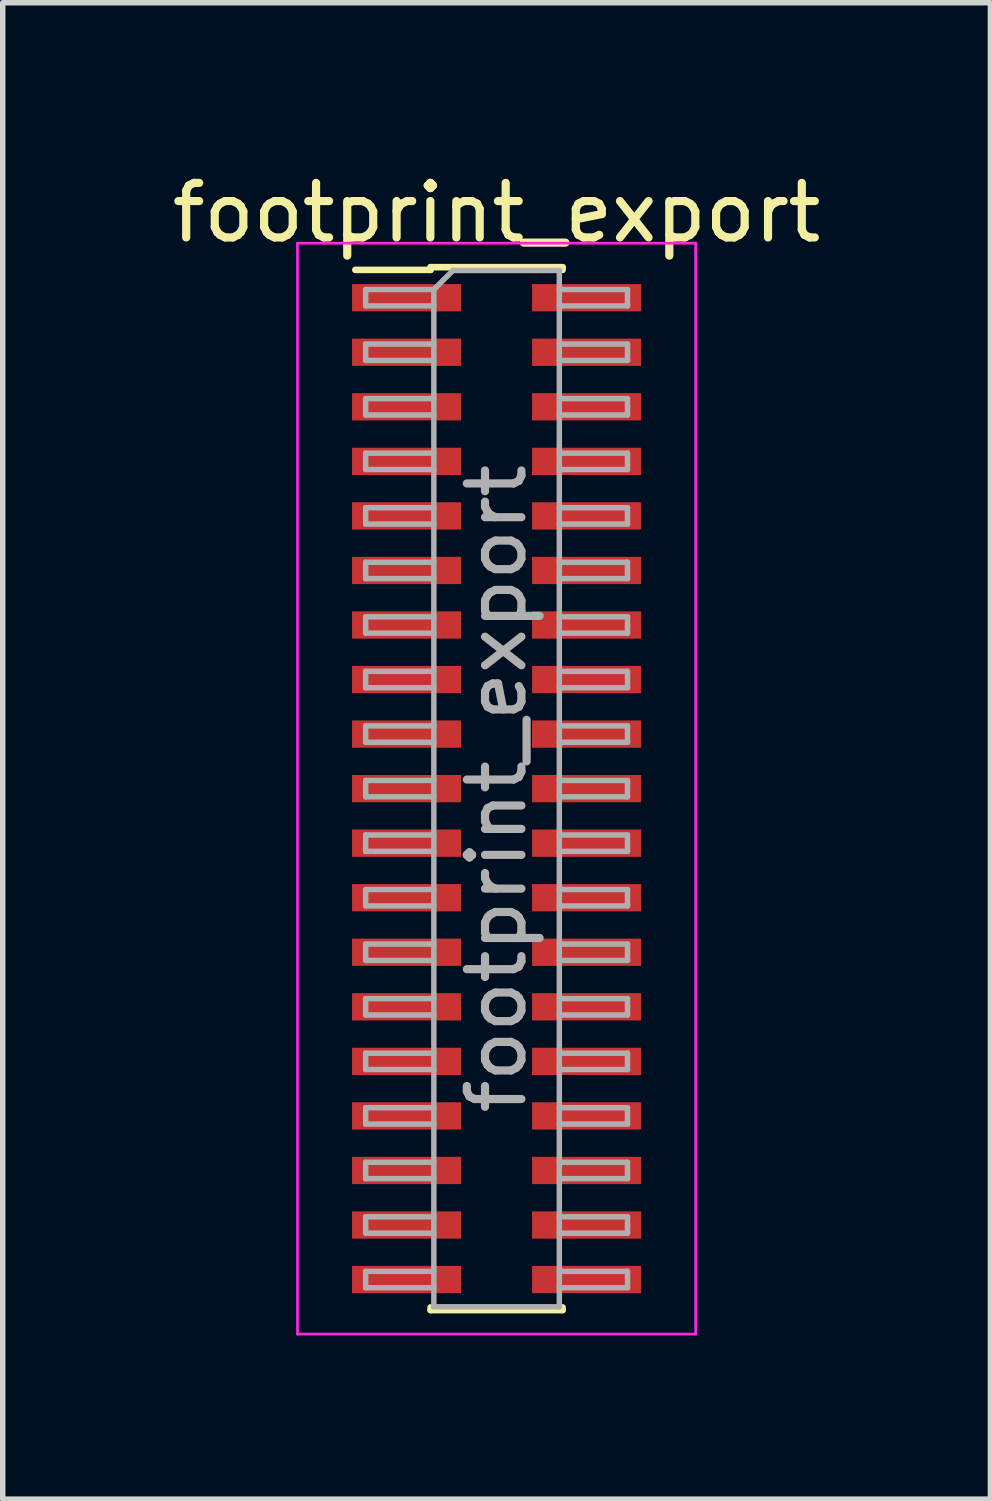
<source format=kicad_pcb>
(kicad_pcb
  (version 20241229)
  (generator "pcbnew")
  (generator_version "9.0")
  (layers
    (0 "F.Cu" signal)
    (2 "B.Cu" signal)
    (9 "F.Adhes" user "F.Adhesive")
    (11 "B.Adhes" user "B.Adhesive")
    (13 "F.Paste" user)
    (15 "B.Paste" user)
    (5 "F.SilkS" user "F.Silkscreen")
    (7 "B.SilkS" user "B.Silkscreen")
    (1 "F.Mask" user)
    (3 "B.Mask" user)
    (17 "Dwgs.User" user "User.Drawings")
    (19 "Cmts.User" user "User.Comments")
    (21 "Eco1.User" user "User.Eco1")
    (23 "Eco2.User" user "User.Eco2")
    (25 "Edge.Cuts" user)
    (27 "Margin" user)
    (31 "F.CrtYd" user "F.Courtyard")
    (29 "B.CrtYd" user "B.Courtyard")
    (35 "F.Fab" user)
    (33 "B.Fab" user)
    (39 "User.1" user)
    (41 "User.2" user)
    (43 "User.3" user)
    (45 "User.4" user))
  (footprint "footprint_export"
    (layer "F.Cu")
    (at 6.054 11.408)
    (property "Reference" "footprint_export" (at 0 -10.56 0) (layer "F.SilkS") (effects (font (size 1 1) (thickness 0.15))))
    (attr smd)
    (fp_line (start -2.59 -9.51) (end -1.21 -9.51) (stroke (width 0.12) (type solid)) (layer "F.SilkS"))
    (fp_line (start -1.21 -9.56) (end -1.21 -9.51) (stroke (width 0.12) (type solid)) (layer "F.SilkS"))
    (fp_line (start -1.21 -9.56) (end 1.21 -9.56) (stroke (width 0.12) (type solid)) (layer "F.SilkS"))
    (fp_line (start -1.21 9.51) (end -1.21 9.56) (stroke (width 0.12) (type solid)) (layer "F.SilkS"))
    (fp_line (start -1.21 9.56) (end 1.21 9.56) (stroke (width 0.12) (type solid)) (layer "F.SilkS"))
    (fp_line (start 1.21 -9.56) (end 1.21 -9.51) (stroke (width 0.12) (type solid)) (layer "F.SilkS"))
    (fp_line (start 1.21 9.51) (end 1.21 9.56) (stroke (width 0.12) (type solid)) (layer "F.SilkS"))
    (fp_line (start -3.65 -10) (end -3.65 10) (stroke (width 0.05) (type solid)) (layer "F.CrtYd"))
    (fp_line (start -3.65 10) (end 3.65 10) (stroke (width 0.05) (type solid)) (layer "F.CrtYd"))
    (fp_line (start 3.65 -10) (end -3.65 -10) (stroke (width 0.05) (type solid)) (layer "F.CrtYd"))
    (fp_line (start 3.65 10) (end 3.65 -10) (stroke (width 0.05) (type solid)) (layer "F.CrtYd"))
    (fp_line (start -2.4 -9.15) (end -2.4 -8.85) (stroke (width 0.1) (type solid)) (layer "F.Fab"))
    (fp_line (start -2.4 -8.85) (end -1.15 -8.85) (stroke (width 0.1) (type solid)) (layer "F.Fab"))
    (fp_line (start -2.4 -8.15) (end -2.4 -7.85) (stroke (width 0.1) (type solid)) (layer "F.Fab"))
    (fp_line (start -2.4 -7.85) (end -1.15 -7.85) (stroke (width 0.1) (type solid)) (layer "F.Fab"))
    (fp_line (start -2.4 -7.15) (end -2.4 -6.85) (stroke (width 0.1) (type solid)) (layer "F.Fab"))
    (fp_line (start -2.4 -6.85) (end -1.15 -6.85) (stroke (width 0.1) (type solid)) (layer "F.Fab"))
    (fp_line (start -2.4 -6.15) (end -2.4 -5.85) (stroke (width 0.1) (type solid)) (layer "F.Fab"))
    (fp_line (start -2.4 -5.85) (end -1.15 -5.85) (stroke (width 0.1) (type solid)) (layer "F.Fab"))
    (fp_line (start -2.4 -5.15) (end -2.4 -4.85) (stroke (width 0.1) (type solid)) (layer "F.Fab"))
    (fp_line (start -2.4 -4.85) (end -1.15 -4.85) (stroke (width 0.1) (type solid)) (layer "F.Fab"))
    (fp_line (start -2.4 -4.15) (end -2.4 -3.85) (stroke (width 0.1) (type solid)) (layer "F.Fab"))
    (fp_line (start -2.4 -3.85) (end -1.15 -3.85) (stroke (width 0.1) (type solid)) (layer "F.Fab"))
    (fp_line (start -2.4 -3.15) (end -2.4 -2.85) (stroke (width 0.1) (type solid)) (layer "F.Fab"))
    (fp_line (start -2.4 -2.85) (end -1.15 -2.85) (stroke (width 0.1) (type solid)) (layer "F.Fab"))
    (fp_line (start -2.4 -2.15) (end -2.4 -1.85) (stroke (width 0.1) (type solid)) (layer "F.Fab"))
    (fp_line (start -2.4 -1.85) (end -1.15 -1.85) (stroke (width 0.1) (type solid)) (layer "F.Fab"))
    (fp_line (start -2.4 -1.15) (end -2.4 -0.85) (stroke (width 0.1) (type solid)) (layer "F.Fab"))
    (fp_line (start -2.4 -0.85) (end -1.15 -0.85) (stroke (width 0.1) (type solid)) (layer "F.Fab"))
    (fp_line (start -2.4 -0.15) (end -2.4 0.15) (stroke (width 0.1) (type solid)) (layer "F.Fab"))
    (fp_line (start -2.4 0.15) (end -1.15 0.15) (stroke (width 0.1) (type solid)) (layer "F.Fab"))
    (fp_line (start -2.4 0.85) (end -2.4 1.15) (stroke (width 0.1) (type solid)) (layer "F.Fab"))
    (fp_line (start -2.4 1.15) (end -1.15 1.15) (stroke (width 0.1) (type solid)) (layer "F.Fab"))
    (fp_line (start -2.4 1.85) (end -2.4 2.15) (stroke (width 0.1) (type solid)) (layer "F.Fab"))
    (fp_line (start -2.4 2.15) (end -1.15 2.15) (stroke (width 0.1) (type solid)) (layer "F.Fab"))
    (fp_line (start -2.4 2.85) (end -2.4 3.15) (stroke (width 0.1) (type solid)) (layer "F.Fab"))
    (fp_line (start -2.4 3.15) (end -1.15 3.15) (stroke (width 0.1) (type solid)) (layer "F.Fab"))
    (fp_line (start -2.4 3.85) (end -2.4 4.15) (stroke (width 0.1) (type solid)) (layer "F.Fab"))
    (fp_line (start -2.4 4.15) (end -1.15 4.15) (stroke (width 0.1) (type solid)) (layer "F.Fab"))
    (fp_line (start -2.4 4.85) (end -2.4 5.15) (stroke (width 0.1) (type solid)) (layer "F.Fab"))
    (fp_line (start -2.4 5.15) (end -1.15 5.15) (stroke (width 0.1) (type solid)) (layer "F.Fab"))
    (fp_line (start -2.4 5.85) (end -2.4 6.15) (stroke (width 0.1) (type solid)) (layer "F.Fab"))
    (fp_line (start -2.4 6.15) (end -1.15 6.15) (stroke (width 0.1) (type solid)) (layer "F.Fab"))
    (fp_line (start -2.4 6.85) (end -2.4 7.15) (stroke (width 0.1) (type solid)) (layer "F.Fab"))
    (fp_line (start -2.4 7.15) (end -1.15 7.15) (stroke (width 0.1) (type solid)) (layer "F.Fab"))
    (fp_line (start -2.4 7.85) (end -2.4 8.15) (stroke (width 0.1) (type solid)) (layer "F.Fab"))
    (fp_line (start -2.4 8.15) (end -1.15 8.15) (stroke (width 0.1) (type solid)) (layer "F.Fab"))
    (fp_line (start -2.4 8.85) (end -2.4 9.15) (stroke (width 0.1) (type solid)) (layer "F.Fab"))
    (fp_line (start -2.4 9.15) (end -1.15 9.15) (stroke (width 0.1) (type solid)) (layer "F.Fab"))
    (fp_line (start -1.15 -9.15) (end -2.4 -9.15) (stroke (width 0.1) (type solid)) (layer "F.Fab"))
    (fp_line (start -1.15 -9.15) (end -0.8 -9.5) (stroke (width 0.1) (type solid)) (layer "F.Fab"))
    (fp_line (start -1.15 -8.15) (end -2.4 -8.15) (stroke (width 0.1) (type solid)) (layer "F.Fab"))
    (fp_line (start -1.15 -7.15) (end -2.4 -7.15) (stroke (width 0.1) (type solid)) (layer "F.Fab"))
    (fp_line (start -1.15 -6.15) (end -2.4 -6.15) (stroke (width 0.1) (type solid)) (layer "F.Fab"))
    (fp_line (start -1.15 -5.15) (end -2.4 -5.15) (stroke (width 0.1) (type solid)) (layer "F.Fab"))
    (fp_line (start -1.15 -4.15) (end -2.4 -4.15) (stroke (width 0.1) (type solid)) (layer "F.Fab"))
    (fp_line (start -1.15 -3.15) (end -2.4 -3.15) (stroke (width 0.1) (type solid)) (layer "F.Fab"))
    (fp_line (start -1.15 -2.15) (end -2.4 -2.15) (stroke (width 0.1) (type solid)) (layer "F.Fab"))
    (fp_line (start -1.15 -1.15) (end -2.4 -1.15) (stroke (width 0.1) (type solid)) (layer "F.Fab"))
    (fp_line (start -1.15 -0.15) (end -2.4 -0.15) (stroke (width 0.1) (type solid)) (layer "F.Fab"))
    (fp_line (start -1.15 0.85) (end -2.4 0.85) (stroke (width 0.1) (type solid)) (layer "F.Fab"))
    (fp_line (start -1.15 1.85) (end -2.4 1.85) (stroke (width 0.1) (type solid)) (layer "F.Fab"))
    (fp_line (start -1.15 2.85) (end -2.4 2.85) (stroke (width 0.1) (type solid)) (layer "F.Fab"))
    (fp_line (start -1.15 3.85) (end -2.4 3.85) (stroke (width 0.1) (type solid)) (layer "F.Fab"))
    (fp_line (start -1.15 4.85) (end -2.4 4.85) (stroke (width 0.1) (type solid)) (layer "F.Fab"))
    (fp_line (start -1.15 5.85) (end -2.4 5.85) (stroke (width 0.1) (type solid)) (layer "F.Fab"))
    (fp_line (start -1.15 6.85) (end -2.4 6.85) (stroke (width 0.1) (type solid)) (layer "F.Fab"))
    (fp_line (start -1.15 7.85) (end -2.4 7.85) (stroke (width 0.1) (type solid)) (layer "F.Fab"))
    (fp_line (start -1.15 8.85) (end -2.4 8.85) (stroke (width 0.1) (type solid)) (layer "F.Fab"))
    (fp_line (start -1.15 9.5) (end -1.15 -9.15) (stroke (width 0.1) (type solid)) (layer "F.Fab"))
    (fp_line (start -0.8 -9.5) (end 1.15 -9.5) (stroke (width 0.1) (type solid)) (layer "F.Fab"))
    (fp_line (start 1.15 -9.5) (end 1.15 9.5) (stroke (width 0.1) (type solid)) (layer "F.Fab"))
    (fp_line (start 1.15 -9.15) (end 2.4 -9.15) (stroke (width 0.1) (type solid)) (layer "F.Fab"))
    (fp_line (start 1.15 -8.15) (end 2.4 -8.15) (stroke (width 0.1) (type solid)) (layer "F.Fab"))
    (fp_line (start 1.15 -7.15) (end 2.4 -7.15) (stroke (width 0.1) (type solid)) (layer "F.Fab"))
    (fp_line (start 1.15 -6.15) (end 2.4 -6.15) (stroke (width 0.1) (type solid)) (layer "F.Fab"))
    (fp_line (start 1.15 -5.15) (end 2.4 -5.15) (stroke (width 0.1) (type solid)) (layer "F.Fab"))
    (fp_line (start 1.15 -4.15) (end 2.4 -4.15) (stroke (width 0.1) (type solid)) (layer "F.Fab"))
    (fp_line (start 1.15 -3.15) (end 2.4 -3.15) (stroke (width 0.1) (type solid)) (layer "F.Fab"))
    (fp_line (start 1.15 -2.15) (end 2.4 -2.15) (stroke (width 0.1) (type solid)) (layer "F.Fab"))
    (fp_line (start 1.15 -1.15) (end 2.4 -1.15) (stroke (width 0.1) (type solid)) (layer "F.Fab"))
    (fp_line (start 1.15 -0.15) (end 2.4 -0.15) (stroke (width 0.1) (type solid)) (layer "F.Fab"))
    (fp_line (start 1.15 0.85) (end 2.4 0.85) (stroke (width 0.1) (type solid)) (layer "F.Fab"))
    (fp_line (start 1.15 1.85) (end 2.4 1.85) (stroke (width 0.1) (type solid)) (layer "F.Fab"))
    (fp_line (start 1.15 2.85) (end 2.4 2.85) (stroke (width 0.1) (type solid)) (layer "F.Fab"))
    (fp_line (start 1.15 3.85) (end 2.4 3.85) (stroke (width 0.1) (type solid)) (layer "F.Fab"))
    (fp_line (start 1.15 4.85) (end 2.4 4.85) (stroke (width 0.1) (type solid)) (layer "F.Fab"))
    (fp_line (start 1.15 5.85) (end 2.4 5.85) (stroke (width 0.1) (type solid)) (layer "F.Fab"))
    (fp_line (start 1.15 6.85) (end 2.4 6.85) (stroke (width 0.1) (type solid)) (layer "F.Fab"))
    (fp_line (start 1.15 7.85) (end 2.4 7.85) (stroke (width 0.1) (type solid)) (layer "F.Fab"))
    (fp_line (start 1.15 8.85) (end 2.4 8.85) (stroke (width 0.1) (type solid)) (layer "F.Fab"))
    (fp_line (start 1.15 9.5) (end -1.15 9.5) (stroke (width 0.1) (type solid)) (layer "F.Fab"))
    (fp_line (start 2.4 -9.15) (end 2.4 -8.85) (stroke (width 0.1) (type solid)) (layer "F.Fab"))
    (fp_line (start 2.4 -8.85) (end 1.15 -8.85) (stroke (width 0.1) (type solid)) (layer "F.Fab"))
    (fp_line (start 2.4 -8.15) (end 2.4 -7.85) (stroke (width 0.1) (type solid)) (layer "F.Fab"))
    (fp_line (start 2.4 -7.85) (end 1.15 -7.85) (stroke (width 0.1) (type solid)) (layer "F.Fab"))
    (fp_line (start 2.4 -7.15) (end 2.4 -6.85) (stroke (width 0.1) (type solid)) (layer "F.Fab"))
    (fp_line (start 2.4 -6.85) (end 1.15 -6.85) (stroke (width 0.1) (type solid)) (layer "F.Fab"))
    (fp_line (start 2.4 -6.15) (end 2.4 -5.85) (stroke (width 0.1) (type solid)) (layer "F.Fab"))
    (fp_line (start 2.4 -5.85) (end 1.15 -5.85) (stroke (width 0.1) (type solid)) (layer "F.Fab"))
    (fp_line (start 2.4 -5.15) (end 2.4 -4.85) (stroke (width 0.1) (type solid)) (layer "F.Fab"))
    (fp_line (start 2.4 -4.85) (end 1.15 -4.85) (stroke (width 0.1) (type solid)) (layer "F.Fab"))
    (fp_line (start 2.4 -4.15) (end 2.4 -3.85) (stroke (width 0.1) (type solid)) (layer "F.Fab"))
    (fp_line (start 2.4 -3.85) (end 1.15 -3.85) (stroke (width 0.1) (type solid)) (layer "F.Fab"))
    (fp_line (start 2.4 -3.15) (end 2.4 -2.85) (stroke (width 0.1) (type solid)) (layer "F.Fab"))
    (fp_line (start 2.4 -2.85) (end 1.15 -2.85) (stroke (width 0.1) (type solid)) (layer "F.Fab"))
    (fp_line (start 2.4 -2.15) (end 2.4 -1.85) (stroke (width 0.1) (type solid)) (layer "F.Fab"))
    (fp_line (start 2.4 -1.85) (end 1.15 -1.85) (stroke (width 0.1) (type solid)) (layer "F.Fab"))
    (fp_line (start 2.4 -1.15) (end 2.4 -0.85) (stroke (width 0.1) (type solid)) (layer "F.Fab"))
    (fp_line (start 2.4 -0.85) (end 1.15 -0.85) (stroke (width 0.1) (type solid)) (layer "F.Fab"))
    (fp_line (start 2.4 -0.15) (end 2.4 0.15) (stroke (width 0.1) (type solid)) (layer "F.Fab"))
    (fp_line (start 2.4 0.15) (end 1.15 0.15) (stroke (width 0.1) (type solid)) (layer "F.Fab"))
    (fp_line (start 2.4 0.85) (end 2.4 1.15) (stroke (width 0.1) (type solid)) (layer "F.Fab"))
    (fp_line (start 2.4 1.15) (end 1.15 1.15) (stroke (width 0.1) (type solid)) (layer "F.Fab"))
    (fp_line (start 2.4 1.85) (end 2.4 2.15) (stroke (width 0.1) (type solid)) (layer "F.Fab"))
    (fp_line (start 2.4 2.15) (end 1.15 2.15) (stroke (width 0.1) (type solid)) (layer "F.Fab"))
    (fp_line (start 2.4 2.85) (end 2.4 3.15) (stroke (width 0.1) (type solid)) (layer "F.Fab"))
    (fp_line (start 2.4 3.15) (end 1.15 3.15) (stroke (width 0.1) (type solid)) (layer "F.Fab"))
    (fp_line (start 2.4 3.85) (end 2.4 4.15) (stroke (width 0.1) (type solid)) (layer "F.Fab"))
    (fp_line (start 2.4 4.15) (end 1.15 4.15) (stroke (width 0.1) (type solid)) (layer "F.Fab"))
    (fp_line (start 2.4 4.85) (end 2.4 5.15) (stroke (width 0.1) (type solid)) (layer "F.Fab"))
    (fp_line (start 2.4 5.15) (end 1.15 5.15) (stroke (width 0.1) (type solid)) (layer "F.Fab"))
    (fp_line (start 2.4 5.85) (end 2.4 6.15) (stroke (width 0.1) (type solid)) (layer "F.Fab"))
    (fp_line (start 2.4 6.15) (end 1.15 6.15) (stroke (width 0.1) (type solid)) (layer "F.Fab"))
    (fp_line (start 2.4 6.85) (end 2.4 7.15) (stroke (width 0.1) (type solid)) (layer "F.Fab"))
    (fp_line (start 2.4 7.15) (end 1.15 7.15) (stroke (width 0.1) (type solid)) (layer "F.Fab"))
    (fp_line (start 2.4 7.85) (end 2.4 8.15) (stroke (width 0.1) (type solid)) (layer "F.Fab"))
    (fp_line (start 2.4 8.15) (end 1.15 8.15) (stroke (width 0.1) (type solid)) (layer "F.Fab"))
    (fp_line (start 2.4 8.85) (end 2.4 9.15) (stroke (width 0.1) (type solid)) (layer "F.Fab"))
    (fp_line (start 2.4 9.15) (end 1.15 9.15) (stroke (width 0.1) (type solid)) (layer "F.Fab"))
    (fp_text user "${REFERENCE}" (at 0 0 90) (layer "F.Fab") (effects (font (size 1 1) (thickness 0.15))))
    (pad "1" smd rect (at -1.65 -9) (size 2 0.5) (layers "F.Cu" "F.Mask" "F.Paste"))
    (pad "2" smd rect (at 1.65 -9) (size 2 0.5) (layers "F.Cu" "F.Mask" "F.Paste"))
    (pad "3" smd rect (at -1.65 -8) (size 2 0.5) (layers "F.Cu" "F.Mask" "F.Paste"))
    (pad "4" smd rect (at 1.65 -8) (size 2 0.5) (layers "F.Cu" "F.Mask" "F.Paste"))
    (pad "5" smd rect (at -1.65 -7) (size 2 0.5) (layers "F.Cu" "F.Mask" "F.Paste"))
    (pad "6" smd rect (at 1.65 -7) (size 2 0.5) (layers "F.Cu" "F.Mask" "F.Paste"))
    (pad "7" smd rect (at -1.65 -6) (size 2 0.5) (layers "F.Cu" "F.Mask" "F.Paste"))
    (pad "8" smd rect (at 1.65 -6) (size 2 0.5) (layers "F.Cu" "F.Mask" "F.Paste"))
    (pad "9" smd rect (at -1.65 -5) (size 2 0.5) (layers "F.Cu" "F.Mask" "F.Paste"))
    (pad "10" smd rect (at 1.65 -5) (size 2 0.5) (layers "F.Cu" "F.Mask" "F.Paste"))
    (pad "11" smd rect (at -1.65 -4) (size 2 0.5) (layers "F.Cu" "F.Mask" "F.Paste"))
    (pad "12" smd rect (at 1.65 -4) (size 2 0.5) (layers "F.Cu" "F.Mask" "F.Paste"))
    (pad "13" smd rect (at -1.65 -3) (size 2 0.5) (layers "F.Cu" "F.Mask" "F.Paste"))
    (pad "14" smd rect (at 1.65 -3) (size 2 0.5) (layers "F.Cu" "F.Mask" "F.Paste"))
    (pad "15" smd rect (at -1.65 -2) (size 2 0.5) (layers "F.Cu" "F.Mask" "F.Paste"))
    (pad "16" smd rect (at 1.65 -2) (size 2 0.5) (layers "F.Cu" "F.Mask" "F.Paste"))
    (pad "17" smd rect (at -1.65 -1) (size 2 0.5) (layers "F.Cu" "F.Mask" "F.Paste"))
    (pad "18" smd rect (at 1.65 -1) (size 2 0.5) (layers "F.Cu" "F.Mask" "F.Paste"))
    (pad "19" smd rect (at -1.65 0) (size 2 0.5) (layers "F.Cu" "F.Mask" "F.Paste"))
    (pad "20" smd rect (at 1.65 0) (size 2 0.5) (layers "F.Cu" "F.Mask" "F.Paste"))
    (pad "21" smd rect (at -1.65 1) (size 2 0.5) (layers "F.Cu" "F.Mask" "F.Paste"))
    (pad "22" smd rect (at 1.65 1) (size 2 0.5) (layers "F.Cu" "F.Mask" "F.Paste"))
    (pad "23" smd rect (at -1.65 2) (size 2 0.5) (layers "F.Cu" "F.Mask" "F.Paste"))
    (pad "24" smd rect (at 1.65 2) (size 2 0.5) (layers "F.Cu" "F.Mask" "F.Paste"))
    (pad "25" smd rect (at -1.65 3) (size 2 0.5) (layers "F.Cu" "F.Mask" "F.Paste"))
    (pad "26" smd rect (at 1.65 3) (size 2 0.5) (layers "F.Cu" "F.Mask" "F.Paste"))
    (pad "27" smd rect (at -1.65 4) (size 2 0.5) (layers "F.Cu" "F.Mask" "F.Paste"))
    (pad "28" smd rect (at 1.65 4) (size 2 0.5) (layers "F.Cu" "F.Mask" "F.Paste"))
    (pad "29" smd rect (at -1.65 5) (size 2 0.5) (layers "F.Cu" "F.Mask" "F.Paste"))
    (pad "30" smd rect (at 1.65 5) (size 2 0.5) (layers "F.Cu" "F.Mask" "F.Paste"))
    (pad "31" smd rect (at -1.65 6) (size 2 0.5) (layers "F.Cu" "F.Mask" "F.Paste"))
    (pad "32" smd rect (at 1.65 6) (size 2 0.5) (layers "F.Cu" "F.Mask" "F.Paste"))
    (pad "33" smd rect (at -1.65 7) (size 2 0.5) (layers "F.Cu" "F.Mask" "F.Paste"))
    (pad "34" smd rect (at 1.65 7) (size 2 0.5) (layers "F.Cu" "F.Mask" "F.Paste"))
    (pad "35" smd rect (at -1.65 8) (size 2 0.5) (layers "F.Cu" "F.Mask" "F.Paste"))
    (pad "36" smd rect (at 1.65 8) (size 2 0.5) (layers "F.Cu" "F.Mask" "F.Paste"))
    (pad "37" smd rect (at -1.65 9) (size 2 0.5) (layers "F.Cu" "F.Mask" "F.Paste"))
    (pad "38" smd rect (at 1.65 9) (size 2 0.5) (layers "F.Cu" "F.Mask" "F.Paste")))
  (gr_rect
    (start -3 -3)
    (end 15.107 24.433)
    (stroke (width 0.1) (type default))
    (fill no)
    (layer "Edge.Cuts")))
</source>
